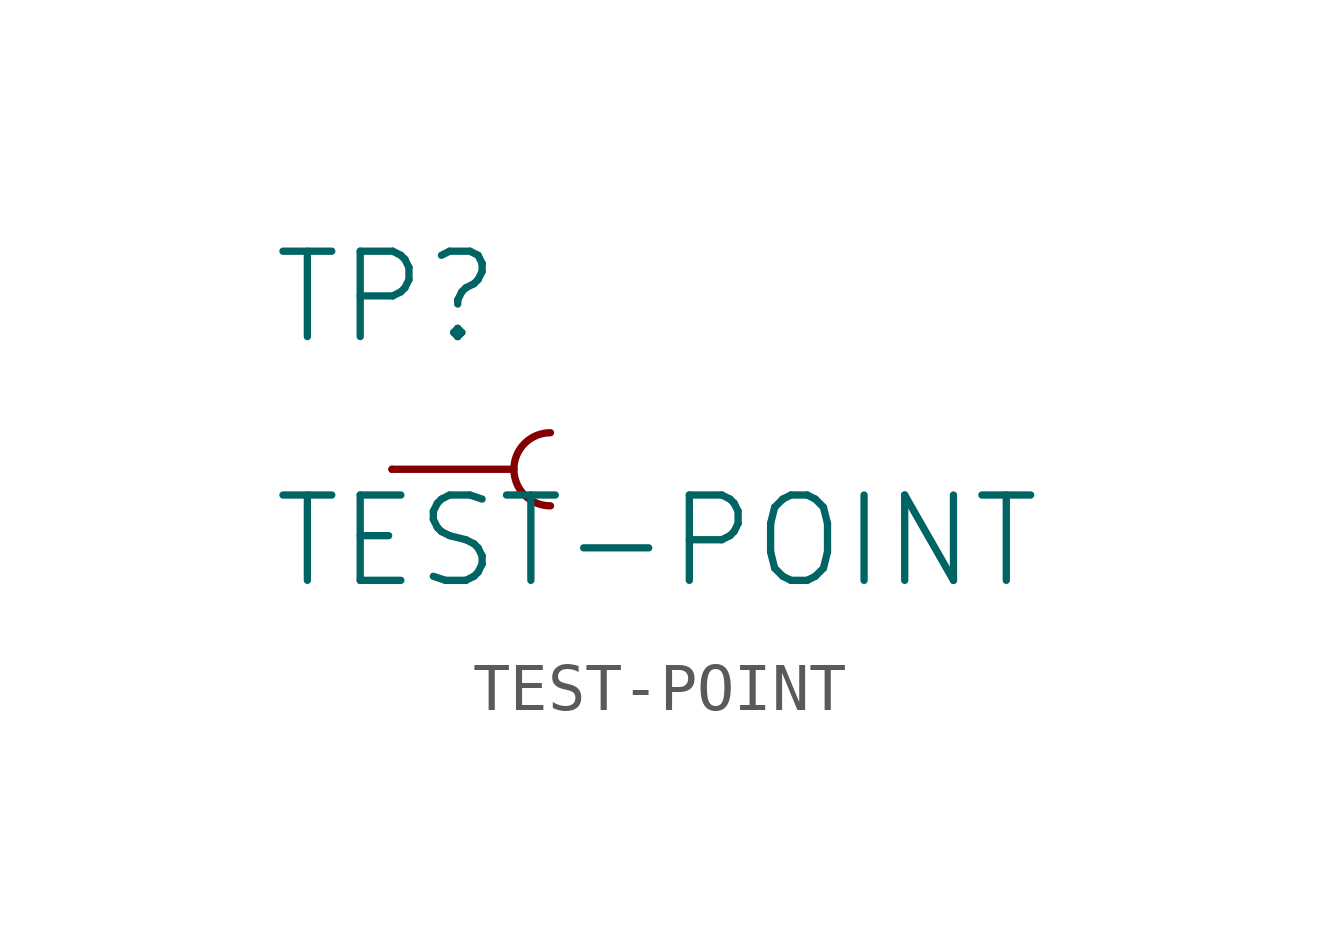
<source format=kicad_sym>
(kicad_symbol_lib
  (version 20211014)
  (generator kicad_symbol_editor)
  (symbol "TEST-POINT"
    (property "Reference" "TP"
      (at -2.54 2.54 0)
      (effects (font (size 1.778 1.778)) (justify left bottom)))
    (property "Value" "TEST-POINT"
      (at -2.54 -2.54 0)
      (effects (font (size 1.778 1.778)) (justify left bottom)))
    (property "ki_locked" ""
      (at 0 0 0)
      (effects (font (size 1.27 1.27))))
    (symbol "TEST-POINT_1_0"
      (polyline (pts (xy 2.54 0) (xy 0 0)) (stroke (width 0.152) (type default) (color 0 0 0 0)) (fill (type none)))
      (arc (start 3.302 0.762) (mid 2.54 0) (end 3.302 -0.762) (stroke (width 0.1524) (type default) (color 0 0 0 0)) (fill (type none)))
      (pin bidirectional line (at 0 0 180) (length 0) (name "1" (effects (font (size 0 0)))) (number "P$1" (effects (font (size 0 0))))))))
</source>
